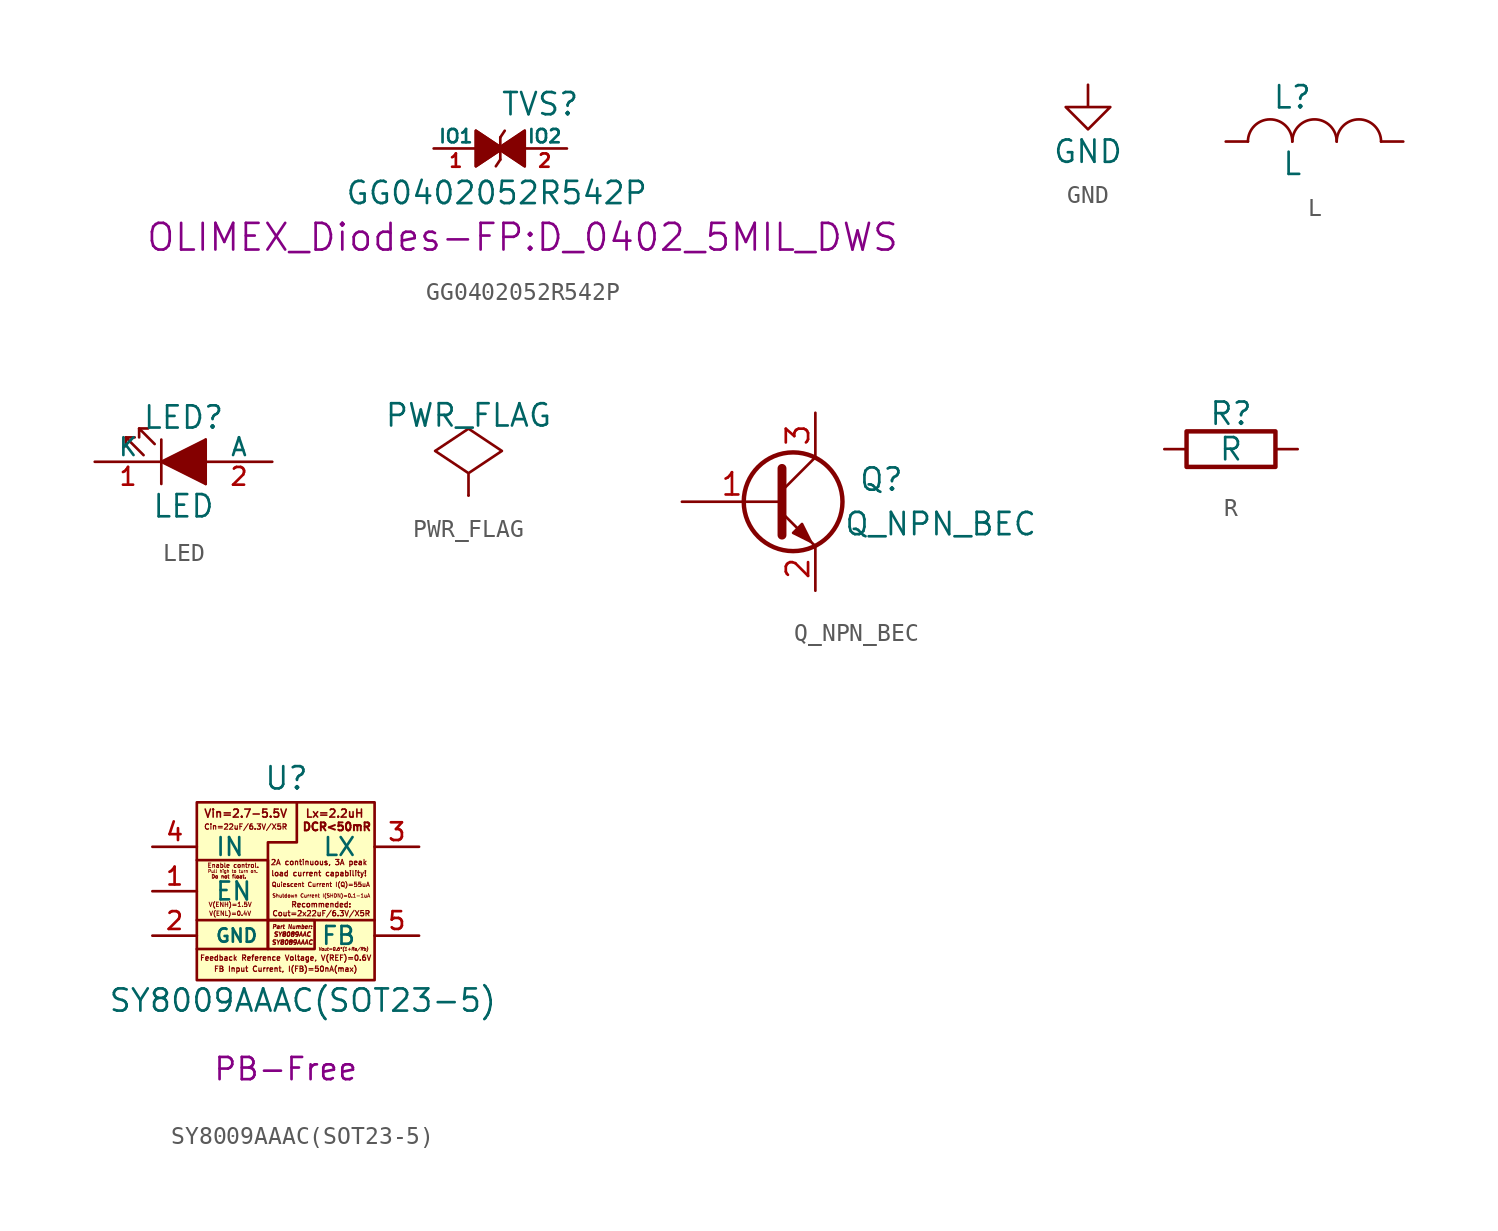
<source format=kicad_sym>
(kicad_symbol_lib
  (version 20231120)
  (generator "kicad_symbol_editor")
  (generator_version "8.0")
  (symbol "GG0402052R542P"
    (pin_names
      (offset 0))
    (property "Reference" "TVS"
      (at -1.27 2.54 0)
      (effects (font (size 1.27 1.27)) (justify left)))
    (property "Value" "GG0402052R542P"
      (at -10.16 -2.54 0)
      (effects (font (size 1.27 1.27)) (justify left)))
    (property "Footprint" "OLIMEX_Diodes-FP:D_0402_5MIL_DWS"
      (at 0 -5.08 0)
      (effects (font (size 1.524 1.524))))
    (property "Datasheet" ""
      (at -0.635 0 90)
      (effects (font (size 1.524 1.524))))
    (symbol "GG0402052R542P_0_1"
      (polyline (pts (xy -1.27 -0.635) (xy -1.524 -1.016)) (stroke (width 0) (type solid)) (fill (type none)))
      (polyline (pts (xy -1.27 -0.635) (xy -1.27 0.635)) (stroke (width 0) (type solid)) (fill (type none)))
      (polyline (pts (xy -1.27 0.635) (xy -1.016 1.016)) (stroke (width 0) (type solid)) (fill (type none)))
      (polyline (pts (xy -2.667 1.016) (xy -1.143 0) (xy -2.667 -1.016) (xy -2.667 1.016)) (stroke (width 0) (type solid)) (fill (type outline)))
      (polyline (pts (xy -2.667 1.016) (xy -1.143 0) (xy -2.667 -1.016) (xy -2.667 1.016)) (stroke (width 0) (type solid)) (fill (type outline)))
      (polyline (pts (xy 0.127 -1.016) (xy -1.397 0) (xy 0.127 1.016) (xy 0.127 -1.016)) (stroke (width 0) (type solid)) (fill (type outline)))
      (polyline (pts (xy 0.127 -1.016) (xy -1.397 0) (xy 0.127 1.016) (xy 0.127 -1.016)) (stroke (width 0) (type solid)) (fill (type outline))))
    (symbol "GG0402052R542P_1_1"
      (pin passive line (at -5.08 0 0) (length 2.54) (name "IO1" (effects (font (size 0.762 0.762)))) (number "1" (effects (font (size 0.762 0.762)))))
      (pin passive line (at 2.54 0 180) (length 2.54) (name "IO2" (effects (font (size 0.762 0.762)))) (number "2" (effects (font (size 0.762 0.762)))))))
  (symbol "GND"
    (power)
    (pin_names
      (offset 0))
    (property "Reference" "#PWR"
      (at 0 -6.35 0)
      (effects (font (size 1.27 1.27)) (hide yes)))
    (property "Value" "GND"
      (at 0 -3.81 0)
      (effects (font (size 1.27 1.27))))
    (property "Footprint" ""
      (at 0 0 0)
      (effects (font (size 1.524 1.524))))
    (property "Datasheet" ""
      (at 0 0 0)
      (effects (font (size 1.524 1.524))))
    (symbol "GND_0_1"
      (polyline (pts (xy 0 0) (xy 0 -1.27) (xy 1.27 -1.27) (xy 0 -2.54) (xy -1.27 -1.27) (xy 0 -1.27)) (stroke (width 0) (type solid)) (fill (type none))))
    (symbol "GND_1_1"
      (pin power_in line (at 0 0 270) (length 0) hide (name "GND" (effects (font (size 1.27 1.27)))) (number "1" (effects (font (size 1.27 1.27)))))))
  (symbol "L"
    (pin_numbers hide)
    (pin_names
      (offset 0) hide)
    (property "Reference" "L"
      (at -1.27 2.54 0)
      (effects (font (size 1.27 1.27))))
    (property "Value" "L"
      (at -1.27 -1.27 0)
      (effects (font (size 1.27 1.27))))
    (property "Footprint" ""
      (at -1.27 0 0)
      (effects (font (size 1.524 1.524))))
    (property "Datasheet" ""
      (at -1.27 0 0)
      (effects (font (size 1.524 1.524))))
    (symbol "L_0_1"
      (arc (start -1.27 0) (mid -2.54 1.27) (end -3.81 0) (stroke (width 0) (type solid)) (fill (type none)))
      (arc (start 1.27 0) (mid 0 1.27) (end -1.27 0) (stroke (width 0) (type solid)) (fill (type none)))
      (arc (start 3.81 0) (mid 2.54 1.27) (end 1.27 0) (stroke (width 0) (type solid)) (fill (type none))))
    (symbol "L_1_1"
      (pin passive line (at -5.08 0 0) (length 1.27) (name "1" (effects (font (size 0.762 0.762)))) (number "1" (effects (font (size 0.762 0.762)))))
      (pin passive line (at 5.08 0 180) (length 1.27) (name "2" (effects (font (size 0.762 0.762)))) (number "2" (effects (font (size 0.762 0.762)))))))
  (symbol "LED"
    (pin_names
      (offset 0))
    (property "Reference" "LED"
      (at 0 2.54 0)
      (effects (font (size 1.27 1.27))))
    (property "Value" "LED"
      (at 0 -2.54 0)
      (effects (font (size 1.27 1.27))))
    (property "Footprint" ""
      (at 0 0 0)
      (effects (font (size 1.524 1.524))))
    (property "Datasheet" ""
      (at 0 0 0)
      (effects (font (size 1.524 1.524))))
    (symbol "LED_0_1"
      (polyline (pts (xy -3.302 1.397) (xy -3.302 0.889)) (stroke (width 0) (type solid)) (fill (type none)))
      (polyline (pts (xy -2.54 1.905) (xy -2.032 1.905)) (stroke (width 0) (type solid)) (fill (type none)))
      (polyline (pts (xy -1.27 -1.27) (xy -1.27 1.27)) (stroke (width 0) (type solid)) (fill (type none)))
      (polyline (pts (xy -2.286 0.381) (xy -3.302 1.397) (xy -2.794 1.397)) (stroke (width 0) (type solid)) (fill (type none)))
      (polyline (pts (xy -1.651 1.016) (xy -2.54 1.905) (xy -2.54 1.397)) (stroke (width 0) (type solid)) (fill (type none)))
      (polyline (pts (xy 1.27 -1.27) (xy -1.27 0) (xy 1.27 1.27)) (stroke (width 0) (type solid)) (fill (type outline)))
      (rectangle (start 1.27 1.27) (end 1.27 -1.27) (stroke (width 0) (type solid)) (fill (type none))))
    (symbol "LED_1_1"
      (pin passive line (at -5.08 0 0) (length 3.81) (name "K" (effects (font (size 1.016 1.016)))) (number "1" (effects (font (size 1.016 1.016)))))
      (pin passive line (at 5.08 0 180) (length 3.81) (name "A" (effects (font (size 1.016 1.016)))) (number "2" (effects (font (size 1.016 1.016)))))))
  (symbol "PWR_FLAG"
    (power)
    (pin_numbers hide)
    (pin_names
      (offset 0) hide)
    (property "Reference" "#FLG"
      (at 0 2.413 0)
      (effects (font (size 1.27 1.27)) (hide yes)))
    (property "Value" "PWR_FLAG"
      (at 0 4.572 0)
      (effects (font (size 1.27 1.27))))
    (property "Footprint" ""
      (at 0 0 0)
      (effects (font (size 1.524 1.524))))
    (property "Datasheet" ""
      (at 0 0 0)
      (effects (font (size 1.524 1.524))))
    (symbol "PWR_FLAG_0_0"
      (pin power_out line (at 0 0 90) (length 0) (name "pwr" (effects (font (size 0.508 0.508)))) (number "1" (effects (font (size 0.508 0.508))))))
    (symbol "PWR_FLAG_0_1"
      (polyline (pts (xy 0 0) (xy 0 1.27) (xy -1.905 2.54) (xy 0 3.81) (xy 1.905 2.54) (xy 0 1.27)) (stroke (width 0) (type solid)) (fill (type none)))))
  (symbol "Q_NPN_BEC"
    (pin_names
      (offset 0) hide)
    (property "Reference" "Q"
      (at 7.62 1.27 0)
      (effects (font (size 1.27 1.27)) (justify right)))
    (property "Value" "Q_NPN_BEC"
      (at 15.24 -1.27 0)
      (effects (font (size 1.27 1.27)) (justify right)))
    (property "Footprint" ""
      (at 5.08 2.54 0)
      (effects (font (size 0.737 0.737))))
    (property "Datasheet" ""
      (at 0 0 0)
      (effects (font (size 1.524 1.524))))
    (symbol "Q_NPN_BEC_0_1"
      (polyline (pts (xy 0.635 0.635) (xy 2.54 2.54)) (stroke (width 0) (type solid)) (fill (type none)))
      (polyline (pts (xy 0.635 -0.635) (xy 2.54 -2.54) (xy 2.54 -2.54)) (stroke (width 0) (type solid)) (fill (type none)))
      (polyline (pts (xy 0.635 1.905) (xy 0.635 -1.905) (xy 0.635 -1.905)) (stroke (width 0.508) (type solid)) (fill (type none)))
      (polyline (pts (xy 1.27 -1.778) (xy 1.778 -1.27) (xy 2.286 -2.286) (xy 1.27 -1.778) (xy 1.27 -1.778)) (stroke (width 0) (type solid)) (fill (type outline)))
      (circle (center 1.27 0) (radius 2.819) (stroke (width 0.254) (type solid)) (fill (type none))))
    (symbol "Q_NPN_BEC_1_1"
      (pin passive line (at -5.08 0 0) (length 5.715) (name "B" (effects (font (size 1.27 1.27)))) (number "1" (effects (font (size 1.27 1.27)))))
      (pin passive line (at 2.54 -5.08 90) (length 2.54) (name "E" (effects (font (size 1.27 1.27)))) (number "2" (effects (font (size 1.27 1.27)))))
      (pin passive line (at 2.54 5.08 270) (length 2.54) (name "C" (effects (font (size 1.27 1.27)))) (number "3" (effects (font (size 1.27 1.27)))))))
  (symbol "R"
    (pin_numbers hide)
    (pin_names
      (offset 0))
    (property "Reference" "R"
      (at 0 2.032 0)
      (effects (font (size 1.27 1.27))))
    (property "Value" "R"
      (at 0 0 0)
      (effects (font (size 1.27 1.27))))
    (property "Footprint" ""
      (at 0 -1.778 0)
      (effects (font (size 0.762 0.762))))
    (property "Datasheet" ""
      (at 0 0 90)
      (effects (font (size 0.762 0.762))))
    (symbol "R_0_1"
      (rectangle (start 2.54 -1.016) (end -2.54 1.016) (stroke (width 0.254) (type solid)) (fill (type none))))
    (symbol "R_1_1"
      (pin passive line (at -3.81 0 0) (length 1.27) (name "~" (effects (font (size 1.524 1.524)))) (number "1" (effects (font (size 1.524 1.524)))))
      (pin passive line (at 3.81 0 180) (length 1.27) (name "~" (effects (font (size 1.524 1.524)))) (number "2" (effects (font (size 1.524 1.524)))))))
  (symbol "SY8009AAAC(SOT23-5)"
    (pin_names
      (offset 1.016))
    (property "Reference" "U"
      (at -1.27 5.715 0)
      (effects (font (size 1.27 1.27)) (justify left bottom)))
    (property "Value" "SY8009AAAC(SOT23-5)"
      (at -10.16 -6.985 0)
      (effects (font (size 1.27 1.27)) (justify left bottom)))
    (property "Datasheet" ""
      (at 0.762 1.016 0)
      (effects (font (size 1.524 1.524))))
    (property "Description" "PB-Free"
      (at 0 -10.16 0)
      (effects (font (size 1.27 1.27))))
    (symbol "SY8009AAAC(SOT23-5)_0_0"
      (rectangle (start -1.016 -1.651) (end 1.651 -3.302) (stroke (width 0) (type solid)) (fill (type none)))
      (polyline (pts (xy -1.016 -1.651) (xy -1.016 -3.302) (xy -5.08 -3.302)) (stroke (width 0) (type solid)) (fill (type none)))
      (polyline (pts (xy -5.08 1.778) (xy -1.016 1.778) (xy -1.016 0.254) (xy -1.016 -1.651) (xy -5.08 -1.651)) (stroke (width 0) (type solid)) (fill (type none)))
      (polyline (pts (xy 0.635 5.08) (xy 0.635 4.191) (xy 0.635 2.794) (xy -1.016 2.794) (xy -1.016 1.016) (xy -1.016 -1.651) (xy 5.08 -1.651)) (stroke (width 0) (type solid)) (fill (type none)))
      (text "2A continuous, 3A peak" (at 1.905 1.651 0) (effects (font (size 0.305 0.305) (bold yes))))
      (text "Cin=22uF/6.3V/X5R" (at -2.286 3.683 0) (effects (font (size 0.305 0.305) (bold yes))))
      (text "Cout=2x22uF/6.3V/X5R" (at 2.032 -1.27 0) (effects (font (size 0.305 0.305) (bold yes))))
      (text "DCR<50mR" (at 2.921 3.683 0) (effects (font (size 0.457 0.457))))
      (text "Do not float." (at -3.251 0.838 0) (effects (font (size 0.203 0.203))))
      (text "Enable control." (at -2.997 1.473 0) (effects (font (size 0.254 0.254) (bold yes))))
      (text "FB Input Current, I(FB)=50nA(max)" (at 0 -4.445 0) (effects (font (size 0.305 0.305) (bold yes))))
      (text "Feedback Reference Voltage, V(REF)=0.6V" (at 0 -3.81 0) (effects (font (size 0.305 0.305) (bold yes))))
      (text "load current capability!" (at 1.905 1.016 0) (effects (font (size 0.305 0.305) (bold yes))))
      (text "Lx=2.2uH" (at 2.794 4.445 0) (effects (font (size 0.457 0.457) (bold yes))))
      (text "Part Number:" (at 0.381 -2.032 0) (effects (font (size 0.229 0.229) (italic yes))))
      (text "Pull high to turn on." (at -3.023 1.143 0) (effects (font (size 0.178 0.178) (bold yes))))
      (text "Quiescent Current I(Q)=55uA" (at 2.007 0.381 0) (effects (font (size 0.254 0.254) (bold yes))))
      (text "Recommended:" (at 2.032 -0.762 0) (effects (font (size 0.305 0.305) (bold yes))))
      (text "Shutdown Current I(SHDN)=0.1-1uA" (at 2.032 -0.254 0) (effects (font (size 0.203 0.203) (bold yes))))
      (text "SY8089AAAC" (at 0.381 -2.921 0) (effects (font (size 0.254 0.254) (italic yes))))
      (text "SY8089AAC" (at 0.381 -2.464 0) (effects (font (size 0.254 0.254) (italic yes))))
      (text "V(ENH)=1.5V" (at -3.175 -0.762 0) (effects (font (size 0.254 0.254) (bold yes))))
      (text "V(ENL)=0.4V" (at -3.175 -1.27 0) (effects (font (size 0.254 0.254) (bold yes))))
      (text "Vin=2.7-5.5V" (at -2.286 4.445 0) (effects (font (size 0.457 0.457) (bold yes))))
      (text "Vout=0.6*(1+Ra/Rb)" (at 3.302 -3.302 0) (effects (font (size 0.178 0.178) (italic yes)))))
    (symbol "SY8009AAAC(SOT23-5)_0_1"
      (rectangle (start -5.08 5.08) (end 5.08 -5.08) (stroke (width 0) (type solid)) (fill (type background))))
    (symbol "SY8009AAAC(SOT23-5)_1_1"
      (pin input line (at -7.62 0 0) (length 2.54) (name "EN" (effects (font (size 1.016 1.016)))) (number "1" (effects (font (size 1.016 1.016)))))
      (pin power_in line (at -7.62 -2.54 0) (length 2.54) (name "GND" (effects (font (size 0.762 0.762)))) (number "2" (effects (font (size 1.016 1.016)))))
      (pin output line (at 7.62 2.54 180) (length 2.54) (name "LX" (effects (font (size 1.016 1.016)))) (number "3" (effects (font (size 1.016 1.016)))))
      (pin input line (at -7.62 2.54 0) (length 2.54) (name "IN" (effects (font (size 1.016 1.016)))) (number "4" (effects (font (size 1.016 1.016)))))
      (pin input line (at 7.62 -2.54 180) (length 2.54) (name "FB" (effects (font (size 1.016 1.016)))) (number "5" (effects (font (size 1.016 1.016))))))))
</source>
